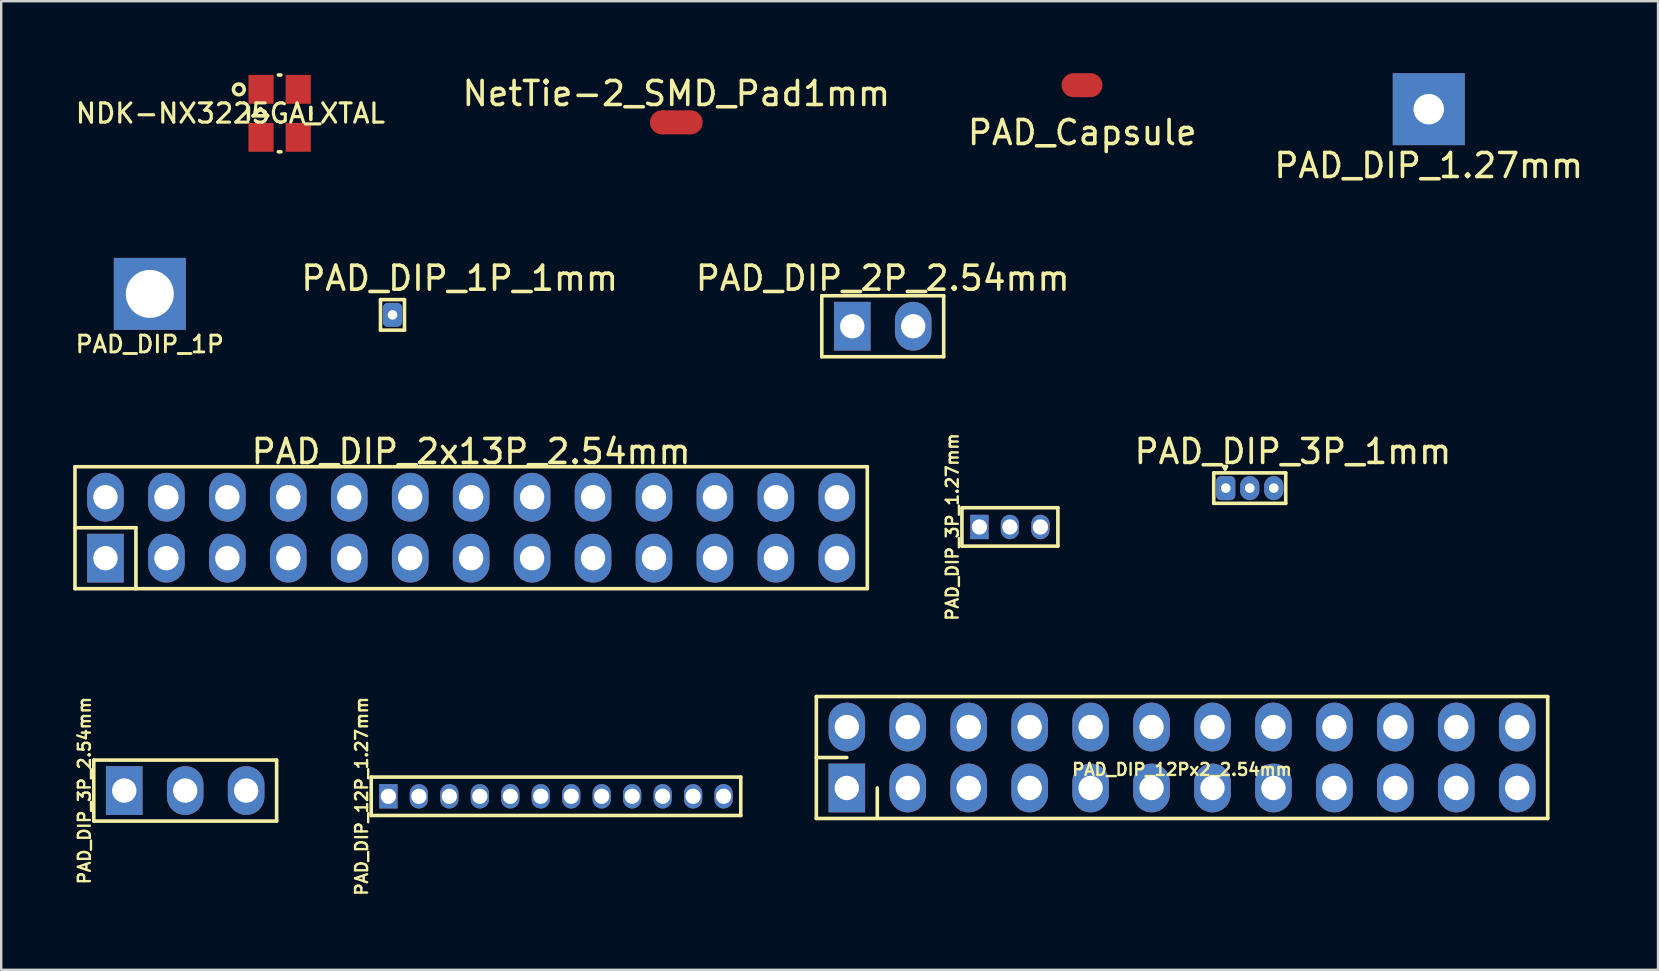
<source format=kicad_pcb>
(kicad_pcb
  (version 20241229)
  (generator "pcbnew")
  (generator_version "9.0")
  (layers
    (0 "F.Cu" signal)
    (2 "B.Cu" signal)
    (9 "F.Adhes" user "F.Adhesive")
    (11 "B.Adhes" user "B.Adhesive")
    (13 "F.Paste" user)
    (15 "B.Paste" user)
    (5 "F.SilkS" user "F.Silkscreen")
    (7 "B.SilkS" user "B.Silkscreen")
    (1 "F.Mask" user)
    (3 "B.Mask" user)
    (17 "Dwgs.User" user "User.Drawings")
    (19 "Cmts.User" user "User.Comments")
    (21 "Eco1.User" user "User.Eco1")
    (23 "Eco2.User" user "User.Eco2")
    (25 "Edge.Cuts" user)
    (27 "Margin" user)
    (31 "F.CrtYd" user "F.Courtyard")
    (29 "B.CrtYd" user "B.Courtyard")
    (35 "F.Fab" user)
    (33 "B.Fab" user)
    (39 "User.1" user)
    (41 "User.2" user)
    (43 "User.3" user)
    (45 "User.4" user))
  (footprint "PAD_DIP_1.27mm"
    (layer "F.Cu")
    (at 56.493 1.5)
    (property "Reference" "PAD_DIP_1.27mm" (at 0 2.35 0) (layer "F.SilkS") (effects (font (size 1 1) (thickness 0.15))))
    (attr through_hole)
    (pad "1" thru_hole rect (at 0 0) (size 3 3) (drill 1.27) (layers "*.Cu" "*.Mask")))
  (footprint "PAD_DIP_12P_1.27mm"
    (layer "F.Cu")
    (at 20.121 30.135)
    (property "Reference" "PAD_DIP_12P_1.27mm" (at -8.1 0 90) (layer "F.SilkS") (effects (font (size 0.5 0.5) (thickness 0.1))))
    (attr through_hole)
    (fp_line (start -7.7 -0.8) (end -7.7 0.8) (stroke (width 0.15) (type solid)) (layer "F.SilkS"))
    (fp_line (start -7.7 -0.8) (end 7.7 -0.8) (stroke (width 0.15) (type solid)) (layer "F.SilkS"))
    (fp_line (start -7.7 0.8) (end 7.7 0.8) (stroke (width 0.15) (type solid)) (layer "F.SilkS"))
    (fp_line (start 7.7 0.8) (end 7.7 -0.8) (stroke (width 0.15) (type solid)) (layer "F.SilkS"))
    (pad "1" thru_hole rect (at -6.985 0) (size 0.762 1.016) (drill 0.635) (layers "*.Cu" "*.Mask"))
    (pad "2" thru_hole oval (at -5.715 0) (size 0.762 1.016) (drill 0.635) (layers "*.Cu" "*.Mask"))
    (pad "3" thru_hole oval (at -4.445 0) (size 0.762 1.016) (drill 0.635) (layers "*.Cu" "*.Mask"))
    (pad "4" thru_hole oval (at -3.175 0) (size 0.762 1.016) (drill 0.635) (layers "*.Cu" "*.Mask"))
    (pad "5" thru_hole oval (at -1.905 0) (size 0.762 1.016) (drill 0.635) (layers "*.Cu" "*.Mask"))
    (pad "6" thru_hole oval (at -0.635 0) (size 0.762 1.016) (drill 0.635) (layers "*.Cu" "*.Mask"))
    (pad "7" thru_hole oval (at 0.635 0) (size 0.762 1.016) (drill 0.635) (layers "*.Cu" "*.Mask"))
    (pad "8" thru_hole oval (at 1.905 0) (size 0.762 1.016) (drill 0.635) (layers "*.Cu" "*.Mask"))
    (pad "9" thru_hole oval (at 3.175 0) (size 0.762 1.016) (drill 0.635) (layers "*.Cu" "*.Mask"))
    (pad "10" thru_hole oval (at 4.445 0) (size 0.762 1.016) (drill 0.635) (layers "*.Cu" "*.Mask"))
    (pad "11" thru_hole oval (at 5.715 0) (size 0.762 1.016) (drill 0.635) (layers "*.Cu" "*.Mask"))
    (pad "12" thru_hole oval (at 6.985 0) (size 0.762 1.016) (drill 0.635) (layers "*.Cu" "*.Mask")))
  (footprint "PAD_DIP_1P_1mm"
    (layer "F.Cu")
    (at 13.307 10.072)
    (property "Reference" "PAD_DIP_1P_1mm" (at 2.8 -1.525 0) (layer "F.SilkS") (effects (font (size 1 1) (thickness 0.15))))
    (attr through_hole)
    (fp_line (start -0.5 -0.635) (end -0.5 0.635) (stroke (width 0.15) (type solid)) (layer "F.SilkS"))
    (fp_line (start -0.5 -0.635) (end 0.5 -0.635) (stroke (width 0.15) (type solid)) (layer "F.SilkS"))
    (fp_line (start -0.5 0.635) (end 0.5 0.635) (stroke (width 0.15) (type solid)) (layer "F.SilkS"))
    (fp_line (start 0.5 -0.635) (end 0.5 0.635) (stroke (width 0.15) (type solid)) (layer "F.SilkS"))
    (pad "1" thru_hole roundrect (at 0 0) (size 0.8 1) (drill 0.4) (layers "*.Cu" "*.Mask") (roundrect_rratio 0.25)))
  (footprint "PAD_DIP_2P_2.54mm"
    (layer "F.Cu")
    (at 33.738 10.546)
    (property "Reference" "PAD_DIP_2P_2.54mm" (at 0 -2 0) (layer "F.SilkS") (effects (font (size 1 1) (thickness 0.15))))
    (attr through_hole)
    (fp_line (start -2.54 -1.27) (end 2.54 -1.27) (stroke (width 0.15) (type solid)) (layer "F.SilkS"))
    (fp_line (start -2.54 1.27) (end -2.54 -1.27) (stroke (width 0.15) (type solid)) (layer "F.SilkS"))
    (fp_line (start 2.54 -1.27) (end 2.54 1.27) (stroke (width 0.15) (type solid)) (layer "F.SilkS"))
    (fp_line (start 2.54 1.27) (end -2.54 1.27) (stroke (width 0.15) (type solid)) (layer "F.SilkS"))
    (pad "1" thru_hole rect (at -1.27 0) (size 1.524 2.032) (drill 1.016) (layers "*.Cu" "*.Mask"))
    (pad "2" thru_hole oval (at 1.27 0) (size 1.524 2.032) (drill 1.016) (layers "*.Cu" "*.Mask")))
  (footprint "PAD_DIP_1P"
    (layer "F.Cu")
    (at 3.193 9.198)
    (property "Reference" "PAD_DIP_1P" (at 0 2.1 0) (layer "F.SilkS") (effects (font (size 0.7 0.7) (thickness 0.12))))
    (attr through_hole)
    (pad "1" thru_hole rect (at 0 0) (size 3 3) (drill 2) (layers "*.Cu" "*.Mask")))
  (footprint "PAD_Capsule"
    (layer "F.Cu")
    (at 42.043 0.5)
    (property "Reference" "PAD_Capsule" (at 0.01 1.975 0) (layer "F.SilkS") (effects (font (size 1 1) (thickness 0.15))))
    (attr through_hole)
    (pad "1" smd oval (at 0 0) (size 1.7 1) (layers "F.Cu" "F.Mask" "F.Paste")))
  (footprint "PAD_DIP_2x13P_2.54mm"
    (layer "F.Cu")
    (at 16.585 18.942)
    (property "Reference" "PAD_DIP_2x13P_2.54mm" (at 0 -3.175 0) (layer "F.SilkS") (effects (font (size 1 1) (thickness 0.15))))
    (attr through_hole)
    (fp_line (start -16.51 -2.54) (end -16.51 2.54) (stroke (width 0.15) (type solid)) (layer "F.SilkS"))
    (fp_line (start -16.51 -2.54) (end 16.51 -2.54) (stroke (width 0.15) (type solid)) (layer "F.SilkS"))
    (fp_line (start -16.51 0) (end -13.97 0) (stroke (width 0.15) (type solid)) (layer "F.SilkS"))
    (fp_line (start -16.51 2.54) (end 16.51 2.54) (stroke (width 0.15) (type solid)) (layer "F.SilkS"))
    (fp_line (start -13.97 0) (end -13.97 2.54) (stroke (width 0.15) (type solid)) (layer "F.SilkS"))
    (fp_line (start 16.51 2.54) (end 16.51 -2.54) (stroke (width 0.15) (type solid)) (layer "F.SilkS"))
    (pad "1" thru_hole rect (at -15.24 1.27) (size 1.524 2.032) (drill 1.016) (layers "*.Cu" "*.Mask"))
    (pad "2" thru_hole oval (at -15.24 -1.27) (size 1.524 2.032) (drill 1.016) (layers "*.Cu" "*.Mask"))
    (pad "3" thru_hole oval (at -12.7 1.27) (size 1.524 2.032) (drill 1.016) (layers "*.Cu" "*.Mask"))
    (pad "4" thru_hole oval (at -12.7 -1.27) (size 1.524 2.032) (drill 1.016) (layers "*.Cu" "*.Mask"))
    (pad "5" thru_hole oval (at -10.16 1.27) (size 1.524 2.032) (drill 1.016) (layers "*.Cu" "*.Mask"))
    (pad "6" thru_hole oval (at -10.16 -1.27) (size 1.524 2.032) (drill 1.016) (layers "*.Cu" "*.Mask"))
    (pad "7" thru_hole oval (at -7.62 1.27) (size 1.524 2.032) (drill 1.016) (layers "*.Cu" "*.Mask"))
    (pad "8" thru_hole oval (at -7.62 -1.27) (size 1.524 2.032) (drill 1.016) (layers "*.Cu" "*.Mask"))
    (pad "9" thru_hole oval (at -5.08 1.27) (size 1.524 2.032) (drill 1.016) (layers "*.Cu" "*.Mask"))
    (pad "10" thru_hole oval (at -5.08 -1.27) (size 1.524 2.032) (drill 1.016) (layers "*.Cu" "*.Mask"))
    (pad "11" thru_hole oval (at -2.54 1.27) (size 1.524 2.032) (drill 1.016) (layers "*.Cu" "*.Mask"))
    (pad "12" thru_hole oval (at -2.54 -1.27) (size 1.524 2.032) (drill 1.016) (layers "*.Cu" "*.Mask"))
    (pad "13" thru_hole oval (at 0 1.27) (size 1.524 2.032) (drill 1.016) (layers "*.Cu" "*.Mask"))
    (pad "14" thru_hole oval (at 0 -1.27) (size 1.524 2.032) (drill 1.016) (layers "*.Cu" "*.Mask"))
    (pad "15" thru_hole oval (at 2.54 1.27) (size 1.524 2.032) (drill 1.016) (layers "*.Cu" "*.Mask"))
    (pad "16" thru_hole oval (at 2.54 -1.27) (size 1.524 2.032) (drill 1.016) (layers "*.Cu" "*.Mask"))
    (pad "17" thru_hole oval (at 5.08 1.27) (size 1.524 2.032) (drill 1.016) (layers "*.Cu" "*.Mask"))
    (pad "18" thru_hole oval (at 5.08 -1.27) (size 1.524 2.032) (drill 1.016) (layers "*.Cu" "*.Mask"))
    (pad "19" thru_hole oval (at 7.62 1.27) (size 1.524 2.032) (drill 1.016) (layers "*.Cu" "*.Mask"))
    (pad "20" thru_hole oval (at 7.62 -1.27) (size 1.524 2.032) (drill 1.016) (layers "*.Cu" "*.Mask"))
    (pad "21" thru_hole oval (at 10.16 1.27) (size 1.524 2.032) (drill 1.016) (layers "*.Cu" "*.Mask"))
    (pad "22" thru_hole oval (at 10.16 -1.27) (size 1.524 2.032) (drill 1.016) (layers "*.Cu" "*.Mask"))
    (pad "23" thru_hole oval (at 12.7 1.27) (size 1.524 2.032) (drill 1.016) (layers "*.Cu" "*.Mask"))
    (pad "24" thru_hole oval (at 12.7 -1.27) (size 1.524 2.032) (drill 1.016) (layers "*.Cu" "*.Mask"))
    (pad "25" thru_hole oval (at 15.24 1.27) (size 1.524 2.032) (drill 1.016) (layers "*.Cu" "*.Mask"))
    (pad "26" thru_hole oval (at 15.24 -1.27) (size 1.524 2.032) (drill 1.016) (layers "*.Cu" "*.Mask")))
  (footprint "PAD_DIP_12Px2_2.54mm"
    (layer "F.Cu")
    (at 46.211 28.519)
    (property "Reference" "PAD_DIP_12Px2_2.54mm" (at 0 0.5 0) (layer "F.SilkS") (effects (font (size 0.5 0.5) (thickness 0.1))))
    (attr through_hole)
    (fp_line (start -15.24 -2.54) (end 15.24 -2.54) (stroke (width 0.15) (type solid)) (layer "F.SilkS"))
    (fp_line (start -15.24 0) (end -13.97 0) (stroke (width 0.15) (type solid)) (layer "F.SilkS"))
    (fp_line (start -15.24 2.54) (end -15.24 -2.54) (stroke (width 0.15) (type solid)) (layer "F.SilkS"))
    (fp_line (start -12.7 2.54) (end -12.7 1.27) (stroke (width 0.15) (type solid)) (layer "F.SilkS"))
    (fp_line (start 15.24 -2.54) (end 15.24 2.54) (stroke (width 0.15) (type solid)) (layer "F.SilkS"))
    (fp_line (start 15.24 2.54) (end -15.24 2.54) (stroke (width 0.15) (type solid)) (layer "F.SilkS"))
    (pad "1" thru_hole rect (at -13.97 1.27) (size 1.524 2.032) (drill 1.016) (layers "*.Cu" "*.Mask"))
    (pad "2" thru_hole oval (at -13.97 -1.27) (size 1.524 2.032) (drill 1.016) (layers "*.Cu" "*.Mask"))
    (pad "3" thru_hole oval (at -11.43 1.27) (size 1.524 2.032) (drill 1.016) (layers "*.Cu" "*.Mask"))
    (pad "4" thru_hole oval (at -11.43 -1.27) (size 1.524 2.032) (drill 1.016) (layers "*.Cu" "*.Mask"))
    (pad "5" thru_hole oval (at -8.89 1.27) (size 1.524 2.032) (drill 1.016) (layers "*.Cu" "*.Mask"))
    (pad "6" thru_hole oval (at -8.89 -1.27) (size 1.524 2.032) (drill 1.016) (layers "*.Cu" "*.Mask"))
    (pad "7" thru_hole oval (at -6.35 1.27) (size 1.524 2.032) (drill 1.016) (layers "*.Cu" "*.Mask"))
    (pad "8" thru_hole oval (at -6.35 -1.27) (size 1.524 2.032) (drill 1.016) (layers "*.Cu" "*.Mask"))
    (pad "9" thru_hole oval (at -3.81 1.27) (size 1.524 2.032) (drill 1.016) (layers "*.Cu" "*.Mask"))
    (pad "10" thru_hole oval (at -3.81 -1.27) (size 1.524 2.032) (drill 1.016) (layers "*.Cu" "*.Mask"))
    (pad "11" thru_hole oval (at -1.27 1.27) (size 1.524 2.032) (drill 1.016) (layers "*.Cu" "*.Mask"))
    (pad "12" thru_hole oval (at -1.27 -1.27) (size 1.524 2.032) (drill 1.016) (layers "*.Cu" "*.Mask"))
    (pad "13" thru_hole oval (at 1.27 1.27) (size 1.524 2.032) (drill 1.016) (layers "*.Cu" "*.Mask"))
    (pad "14" thru_hole oval (at 1.27 -1.27) (size 1.524 2.032) (drill 1.016) (layers "*.Cu" "*.Mask"))
    (pad "15" thru_hole oval (at 3.81 1.27) (size 1.524 2.032) (drill 1.016) (layers "*.Cu" "*.Mask"))
    (pad "16" thru_hole oval (at 3.81 -1.27) (size 1.524 2.032) (drill 1.016) (layers "*.Cu" "*.Mask"))
    (pad "17" thru_hole oval (at 6.35 1.27) (size 1.524 2.032) (drill 1.016) (layers "*.Cu" "*.Mask"))
    (pad "18" thru_hole oval (at 6.35 -1.27) (size 1.524 2.032) (drill 1.016) (layers "*.Cu" "*.Mask"))
    (pad "19" thru_hole oval (at 8.89 1.27) (size 1.524 2.032) (drill 1.016) (layers "*.Cu" "*.Mask"))
    (pad "20" thru_hole oval (at 8.89 -1.27) (size 1.524 2.032) (drill 1.016) (layers "*.Cu" "*.Mask"))
    (pad "21" thru_hole oval (at 11.43 1.27) (size 1.524 2.032) (drill 1.016) (layers "*.Cu" "*.Mask"))
    (pad "22" thru_hole oval (at 11.43 -1.27) (size 1.524 2.032) (drill 1.016) (layers "*.Cu" "*.Mask"))
    (pad "23" thru_hole oval (at 13.97 1.27) (size 1.524 2.032) (drill 1.016) (layers "*.Cu" "*.Mask"))
    (pad "24" thru_hole oval (at 13.97 -1.27) (size 1.524 2.032) (drill 1.016) (layers "*.Cu" "*.Mask")))
  (footprint "PAD_DIP_3P_1mm"
    (layer "F.Cu")
    (at 48.033 17.292)
    (property "Reference" "PAD_DIP_3P_1mm" (at 2.8 -1.525 0) (layer "F.SilkS") (effects (font (size 1 1) (thickness 0.15))))
    (attr through_hole)
    (fp_line (start -0.5 -0.635) (end -0.5 0.635) (stroke (width 0.15) (type solid)) (layer "F.SilkS"))
    (fp_line (start -0.5 -0.635) (end 2.5 -0.635) (stroke (width 0.15) (type solid)) (layer "F.SilkS"))
    (fp_line (start -0.5 0.635) (end 2.5 0.635) (stroke (width 0.15) (type solid)) (layer "F.SilkS"))
    (fp_line (start -0.075 -0.9) (end 0.025 -0.9) (stroke (width 0.15) (type solid)) (layer "F.SilkS"))
    (fp_line (start -0.025 -0.8) (end -0.075 -0.9) (stroke (width 0.15) (type solid)) (layer "F.SilkS"))
    (fp_line (start 0.025 -0.9) (end -0.025 -0.8) (stroke (width 0.15) (type solid)) (layer "F.SilkS"))
    (fp_line (start 2.5 -0.635) (end 2.5 0.635) (stroke (width 0.15) (type solid)) (layer "F.SilkS"))
    (pad "1" thru_hole roundrect (at 0 0) (size 0.8 1) (drill 0.4) (layers "*.Cu" "*.Mask") (roundrect_rratio 0.25))
    (pad "2" thru_hole oval (at 1 0) (size 0.8 1) (drill 0.4) (layers "*.Cu" "*.Mask"))
    (pad "3" thru_hole oval (at 2 0) (size 0.8 1) (drill 0.4) (layers "*.Cu" "*.Mask")))
  (footprint "NDK-NX3225GA_XTAL"
    (placed yes)
    (layer "F.Cu")
    (at 8.603 1.675)
    (property "Reference" "NDK-NX3225GA_XTAL" (at -2.05 0 0) (layer "F.SilkS") (effects (font (size 0.8 0.8) (thickness 0.13))))
    (attr smd)
    (fp_line (start -1.3 -0.25) (end -1.3 0.25) (stroke (width 0.15) (type solid)) (layer "F.SilkS"))
    (fp_line (start -1.1 0.1) (end -0.5 0.1) (stroke (width 0.15) (type solid)) (layer "F.SilkS"))
    (fp_line (start -0.8 -0.2) (end -1.1 0.1) (stroke (width 0.15) (type solid)) (layer "F.SilkS"))
    (fp_line (start -0.5 0.1) (end -0.8 -0.2) (stroke (width 0.15) (type solid)) (layer "F.SilkS"))
    (fp_line (start -0.05 -1.6) (end 0.05 -1.6) (stroke (width 0.15) (type solid)) (layer "F.SilkS"))
    (fp_line (start -0.05 1.6) (end 0.05 1.6) (stroke (width 0.15) (type solid)) (layer "F.SilkS"))
    (fp_line (start 1.3 0) (end 1.3 -0.25) (stroke (width 0.15) (type solid)) (layer "F.SilkS"))
    (fp_line (start 1.3 0) (end 1.3 0.25) (stroke (width 0.15) (type solid)) (layer "F.SilkS"))
    (fp_circle (center -1.7 -1) (end -1.5 -0.9) (stroke (width 0.15) (type solid)) (fill no) (layer "F.SilkS"))
    (pad "1" smd rect (at -0.775 -1 90) (size 1.2 1.05) (layers "F.Cu" "F.Mask" "F.Paste"))
    (pad "2" smd rect (at -0.775 1 90) (size 1.2 1.05) (layers "F.Cu" "F.Mask" "F.Paste"))
    (pad "3" smd rect (at 0.775 1 90) (size 1.2 1.05) (layers "F.Cu" "F.Mask" "F.Paste"))
    (pad "4" smd rect (at 0.775 -1 90) (size 1.2 1.05) (layers "F.Cu" "F.Mask" "F.Paste")))
  (footprint "PAD_DIP_3P_2.54mm"
    (layer "F.Cu")
    (at 4.668 29.897)
    (property "Reference" "PAD_DIP_3P_2.54mm" (at -4.2 0 90) (layer "F.SilkS") (effects (font (size 0.5 0.5) (thickness 0.1))))
    (attr through_hole)
    (fp_line (start -3.81 -1.27) (end 3.81 -1.27) (stroke (width 0.15) (type solid)) (layer "F.SilkS"))
    (fp_line (start -3.81 1.27) (end -3.81 -1.27) (stroke (width 0.15) (type solid)) (layer "F.SilkS"))
    (fp_line (start 3.81 -1.27) (end 3.81 1.27) (stroke (width 0.15) (type solid)) (layer "F.SilkS"))
    (fp_line (start 3.81 1.27) (end -3.81 1.27) (stroke (width 0.15) (type solid)) (layer "F.SilkS"))
    (pad "1" thru_hole rect (at -2.54 0) (size 1.524 2.032) (drill 1.016) (layers "*.Cu" "*.Mask"))
    (pad "2" thru_hole oval (at 0 0) (size 1.524 2.032) (drill 1.016) (layers "*.Cu" "*.Mask"))
    (pad "3" thru_hole oval (at 2.54 0) (size 1.524 2.032) (drill 1.016) (layers "*.Cu" "*.Mask")))
  (footprint "NetTie-2_SMD_Pad1mm"
    (layer "F.Cu")
    (at 25.136 2.048)
    (property "Reference" "NetTie-2_SMD_Pad1mm" (at 0 -1.2 0) (layer "F.SilkS") (effects (font (size 1 1) (thickness 0.15))))
    (attr exclude_from_pos_files exclude_from_bom)
    (fp_poly (pts (xy -0.61 -0.5) (xy 0.6 -0.5) (xy 0.595 0.5) (xy -0.615 0.5)) (stroke (width 0) (type solid)) (fill yes) (layer "F.Cu"))
    (pad "1" smd circle (at -0.6 0) (size 1 1) (layers "F.Cu"))
    (pad "2" smd circle (at 0.6 0) (size 1 1) (layers "F.Cu")))
  (footprint "PAD_DIP_3P_1.27mm"
    (layer "F.Cu")
    (at 39.038 18.911)
    (property "Reference" "PAD_DIP_3P_1.27mm" (at -2.4 0 90) (layer "F.SilkS") (effects (font (size 0.5 0.5) (thickness 0.1))))
    (attr through_hole)
    (fp_line (start -2 -0.8) (end 2 -0.8) (stroke (width 0.15) (type solid)) (layer "F.SilkS"))
    (fp_line (start -2 0.8) (end -2 -0.8) (stroke (width 0.15) (type solid)) (layer "F.SilkS"))
    (fp_line (start 2 -0.8) (end 2 0.8) (stroke (width 0.15) (type solid)) (layer "F.SilkS"))
    (fp_line (start 2 0.8) (end -2 0.8) (stroke (width 0.15) (type solid)) (layer "F.SilkS"))
    (pad "1" thru_hole rect (at -1.27 0) (size 0.762 1.016) (drill 0.635) (layers "*.Cu" "*.Mask"))
    (pad "2" thru_hole oval (at 0 0) (size 0.762 1.016) (drill 0.635) (layers "*.Cu" "*.Mask"))
    (pad "3" thru_hole oval (at 1.27 0) (size 0.762 1.016) (drill 0.635) (layers "*.Cu" "*.Mask")))
  (gr_rect
    (start -3 -3)
    (end 66.047 37.366)
    (stroke (width 0.1) (type default))
    (fill no)
    (layer "Edge.Cuts")))
</source>
